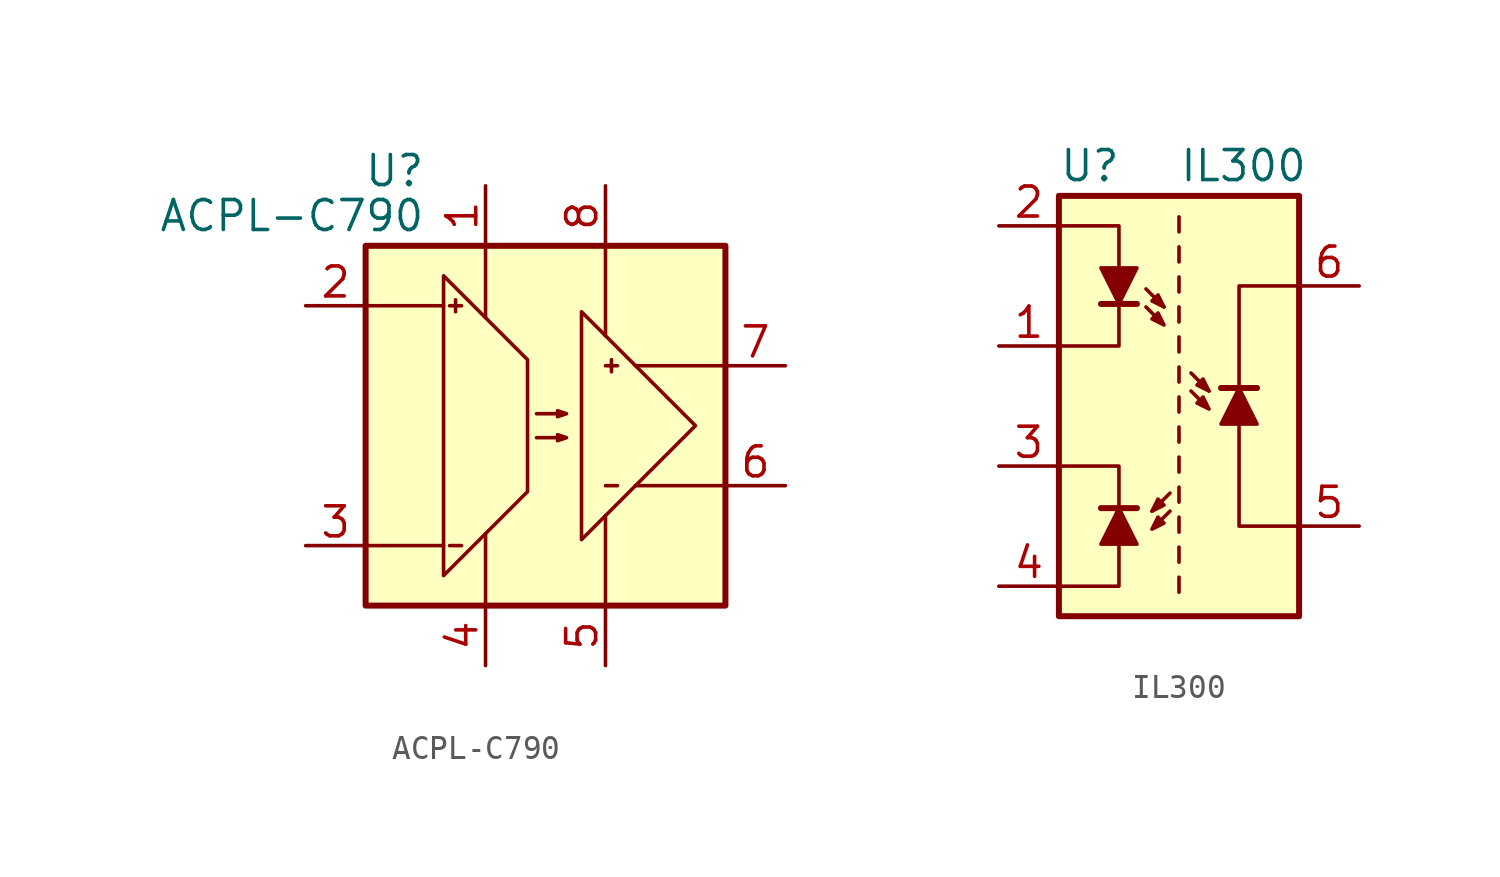
<source format=kicad_sym>
(kicad_symbol_lib
  (version 20241209)
  (generator "kicad_symbol_editor")
  (generator_version "9.0")
  (symbol "ACPL-C790"
    (pin_names
      (offset 0)
      (hide yes))
    (property "Reference" "U"
      (at -5.08 10.795 0)
      (effects (font (size 1.27 1.27)) (justify right)))
    (property "Value" "ACPL-C790"
      (at -5.08 8.89 0)
      (effects (font (size 1.27 1.27)) (justify right)))
    (symbol "ACPL-C790_0_1"
      (rectangle (start -7.62 7.62) (end 7.62 -7.62) (stroke (width 0.254) (type default)) (fill (type background)))
      (polyline (pts (xy -7.62 5.08) (xy -4.318 5.08)) (stroke (width 0) (type default)) (fill (type none)))
      (polyline (pts (xy -7.62 -5.08) (xy -4.318 -5.08)) (stroke (width 0) (type default)) (fill (type none)))
      (polyline (pts (xy -4.318 -6.35) (xy -0.762 -2.794) (xy -0.762 2.794) (xy -4.318 6.35) (xy -4.318 -6.35)) (stroke (width 0) (type default)) (fill (type none)))
      (polyline (pts (xy -4.064 5.08) (xy -3.556 5.08)) (stroke (width 0) (type default)) (fill (type none)))
      (polyline (pts (xy -4.064 -5.08) (xy -3.556 -5.08)) (stroke (width 0) (type default)) (fill (type none)))
      (polyline (pts (xy -3.81 5.334) (xy -3.81 4.826)) (stroke (width 0) (type default)) (fill (type none)))
      (polyline (pts (xy -2.54 7.62) (xy -2.54 4.572)) (stroke (width 0) (type default)) (fill (type none)))
      (polyline (pts (xy -2.54 -7.62) (xy -2.54 -4.572)) (stroke (width 0) (type default)) (fill (type none)))
      (polyline (pts (xy -0.381 0.508) (xy 0.889 0.508) (xy 0.508 0.381) (xy 0.508 0.635) (xy 0.889 0.508)) (stroke (width 0) (type default)) (fill (type none)))
      (polyline (pts (xy -0.381 -0.508) (xy 0.889 -0.508) (xy 0.508 -0.635) (xy 0.508 -0.381) (xy 0.889 -0.508)) (stroke (width 0) (type default)) (fill (type none)))
      (polyline (pts (xy 2.54 7.62) (xy 2.54 3.81)) (stroke (width 0) (type default)) (fill (type none)))
      (polyline (pts (xy 2.54 -7.62) (xy 2.54 -3.81)) (stroke (width 0) (type default)) (fill (type none)))
      (polyline (pts (xy 2.794 2.794) (xy 2.794 2.286)) (stroke (width 0) (type default)) (fill (type none)))
      (polyline (pts (xy 3.048 2.54) (xy 2.54 2.54)) (stroke (width 0) (type default)) (fill (type none)))
      (polyline (pts (xy 3.048 -2.54) (xy 2.54 -2.54)) (stroke (width 0) (type default)) (fill (type none)))
      (polyline (pts (xy 6.35 0) (xy 1.524 -4.826) (xy 1.524 4.826) (xy 6.35 0)) (stroke (width 0) (type default)) (fill (type none)))
      (polyline (pts (xy 7.62 2.54) (xy 3.81 2.54)) (stroke (width 0) (type default)) (fill (type none)))
      (polyline (pts (xy 7.62 -2.54) (xy 3.81 -2.54)) (stroke (width 0) (type default)) (fill (type none))))
    (symbol "ACPL-C790_1_1"
      (pin input line (at -10.16 5.08 0) (length 2.54) (name "IN+" (effects (font (size 1.27 1.27)))) (number "2" (effects (font (size 1.27 1.27)))))
      (pin input line (at -10.16 -5.08 0) (length 2.54) (name "IN-" (effects (font (size 1.27 1.27)))) (number "3" (effects (font (size 1.27 1.27)))))
      (pin power_in line (at -2.54 10.16 270) (length 2.54) (name "VDD1" (effects (font (size 1.27 1.27)))) (number "1" (effects (font (size 1.27 1.27)))))
      (pin power_in line (at -2.54 -10.16 90) (length 2.54) (name "GND1" (effects (font (size 1.27 1.27)))) (number "4" (effects (font (size 1.27 1.27)))))
      (pin power_in line (at 2.54 10.16 270) (length 2.54) (name "VDD2" (effects (font (size 1.27 1.27)))) (number "8" (effects (font (size 1.27 1.27)))))
      (pin power_in line (at 2.54 -10.16 90) (length 2.54) (name "GND2" (effects (font (size 1.27 1.27)))) (number "5" (effects (font (size 1.27 1.27)))))
      (pin output line (at 10.16 2.54 180) (length 2.54) (name "OUT+" (effects (font (size 1.27 1.27)))) (number "7" (effects (font (size 1.27 1.27)))))
      (pin output line (at 10.16 -2.54 180) (length 2.54) (name "OUT-" (effects (font (size 1.27 1.27)))) (number "6" (effects (font (size 1.27 1.27)))))))
  (symbol "IL300"
    (pin_names
      (offset 1.016))
    (property "Reference" "U"
      (at -5.08 10.16 0)
      (effects (font (size 1.27 1.27)) (justify left)))
    (property "Value" "IL300"
      (at 0 10.16 0)
      (effects (font (size 1.27 1.27)) (justify left)))
    (symbol "IL300_0_1"
      (rectangle (start -5.08 8.89) (end 5.08 -8.89) (stroke (width 0.254) (type default)) (fill (type background)))
      (polyline (pts (xy -5.08 7.62) (xy -2.54 7.62) (xy -2.54 2.54) (xy -5.08 2.54)) (stroke (width 0) (type default)) (fill (type none)))
      (polyline (pts (xy -5.08 -2.54) (xy -2.54 -2.54) (xy -2.54 -7.62) (xy -5.08 -7.62)) (stroke (width 0) (type default)) (fill (type none)))
      (polyline (pts (xy -3.302 5.842) (xy -1.778 5.842) (xy -2.54 4.318) (xy -3.302 5.842)) (stroke (width 0) (type default)) (fill (type outline)))
      (polyline (pts (xy -3.302 -4.318) (xy -1.778 -4.318)) (stroke (width 0.254) (type default)) (fill (type none)))
      (polyline (pts (xy -3.302 -5.842) (xy -2.54 -4.318) (xy -1.778 -5.842) (xy -3.302 -5.842)) (stroke (width 0) (type default)) (fill (type outline)))
      (polyline (pts (xy -1.778 4.318) (xy -3.302 4.318)) (stroke (width 0.254) (type default)) (fill (type none)))
      (polyline (pts (xy -1.397 4.953) (xy -0.635 4.191)) (stroke (width 0) (type default)) (fill (type none)))
      (polyline (pts (xy -1.397 4.191) (xy -0.635 3.429) (xy -0.889 3.937) (xy -1.143 3.683) (xy -0.635 3.429)) (stroke (width 0) (type default)) (fill (type none)))
      (polyline (pts (xy -1.143 -4.445) (xy -0.889 -3.937) (xy -0.635 -4.191) (xy -1.143 -4.445)) (stroke (width 0) (type default)) (fill (type none)))
      (polyline (pts (xy -0.635 4.191) (xy -0.889 4.699) (xy -1.143 4.445) (xy -0.635 4.191)) (stroke (width 0) (type default)) (fill (type none)))
      (polyline (pts (xy -0.381 -3.683) (xy -1.143 -4.445)) (stroke (width 0) (type default)) (fill (type none)))
      (polyline (pts (xy -0.381 -4.445) (xy -1.143 -5.207) (xy -0.889 -4.699) (xy -0.635 -4.953) (xy -1.143 -5.207)) (stroke (width 0) (type default)) (fill (type none)))
      (polyline (pts (xy 0 8.001) (xy 0 7.366)) (stroke (width 0) (type default)) (fill (type none)))
      (polyline (pts (xy 0 6.731) (xy 0 6.096)) (stroke (width 0) (type default)) (fill (type none)))
      (polyline (pts (xy 0 5.461) (xy 0 4.826)) (stroke (width 0) (type default)) (fill (type none)))
      (polyline (pts (xy 0 4.191) (xy 0 3.556)) (stroke (width 0) (type default)) (fill (type none)))
      (polyline (pts (xy 0 2.921) (xy 0 2.286)) (stroke (width 0) (type default)) (fill (type none)))
      (polyline (pts (xy 0 1.651) (xy 0 1.016)) (stroke (width 0) (type default)) (fill (type none)))
      (polyline (pts (xy 0 0.381) (xy 0 -0.254)) (stroke (width 0) (type default)) (fill (type none)))
      (polyline (pts (xy 0 -0.889) (xy 0 -1.524)) (stroke (width 0) (type default)) (fill (type none)))
      (polyline (pts (xy 0 -2.159) (xy 0 -2.794)) (stroke (width 0) (type default)) (fill (type none)))
      (polyline (pts (xy 0 -3.429) (xy 0 -4.064)) (stroke (width 0) (type default)) (fill (type none)))
      (polyline (pts (xy 0 -4.699) (xy 0 -5.334)) (stroke (width 0) (type default)) (fill (type none)))
      (polyline (pts (xy 0 -5.969) (xy 0 -6.604)) (stroke (width 0) (type default)) (fill (type none)))
      (polyline (pts (xy 0 -7.239) (xy 0 -7.874)) (stroke (width 0) (type default)) (fill (type none)))
      (polyline (pts (xy 0.508 1.397) (xy 1.27 0.635)) (stroke (width 0) (type default)) (fill (type none)))
      (polyline (pts (xy 0.508 0.635) (xy 1.27 -0.127) (xy 1.016 0.381) (xy 0.762 0.127) (xy 1.27 -0.127)) (stroke (width 0) (type default)) (fill (type none)))
      (polyline (pts (xy 1.27 0.635) (xy 1.016 1.143) (xy 0.762 0.889) (xy 1.27 0.635)) (stroke (width 0) (type default)) (fill (type none)))
      (polyline (pts (xy 1.778 0.762) (xy 3.302 0.762)) (stroke (width 0.254) (type default)) (fill (type none)))
      (polyline (pts (xy 3.302 -0.762) (xy 1.778 -0.762) (xy 2.54 0.762) (xy 3.302 -0.762)) (stroke (width 0) (type default)) (fill (type outline)))
      (polyline (pts (xy 5.08 5.08) (xy 2.54 5.08) (xy 2.54 -5.08) (xy 5.08 -5.08)) (stroke (width 0) (type default)) (fill (type none))))
    (symbol "IL300_1_1"
      (pin passive line (at -7.62 7.62 0) (length 2.54) (name "~" (effects (font (size 1.27 1.27)))) (number "2" (effects (font (size 1.27 1.27)))))
      (pin passive line (at -7.62 2.54 0) (length 2.54) (name "~" (effects (font (size 1.27 1.27)))) (number "1" (effects (font (size 1.27 1.27)))))
      (pin passive line (at -7.62 -2.54 0) (length 2.54) (name "~" (effects (font (size 1.27 1.27)))) (number "3" (effects (font (size 1.27 1.27)))))
      (pin passive line (at -7.62 -7.62 0) (length 2.54) (name "~" (effects (font (size 1.27 1.27)))) (number "4" (effects (font (size 1.27 1.27)))))
      (pin no_connect line (at 5.08 2.54 180) (length 2.54) (hide yes) (name "NC" (effects (font (size 1.27 1.27)))) (number "7" (effects (font (size 1.27 1.27)))))
      (pin no_connect line (at 5.08 0 180) (length 2.54) (hide yes) (name "NC" (effects (font (size 1.27 1.27)))) (number "8" (effects (font (size 1.27 1.27)))))
      (pin passive line (at 7.62 5.08 180) (length 2.54) (name "~" (effects (font (size 1.27 1.27)))) (number "6" (effects (font (size 1.27 1.27)))))
      (pin passive line (at 7.62 -5.08 180) (length 2.54) (name "~" (effects (font (size 1.27 1.27)))) (number "5" (effects (font (size 1.27 1.27))))))))
</source>
